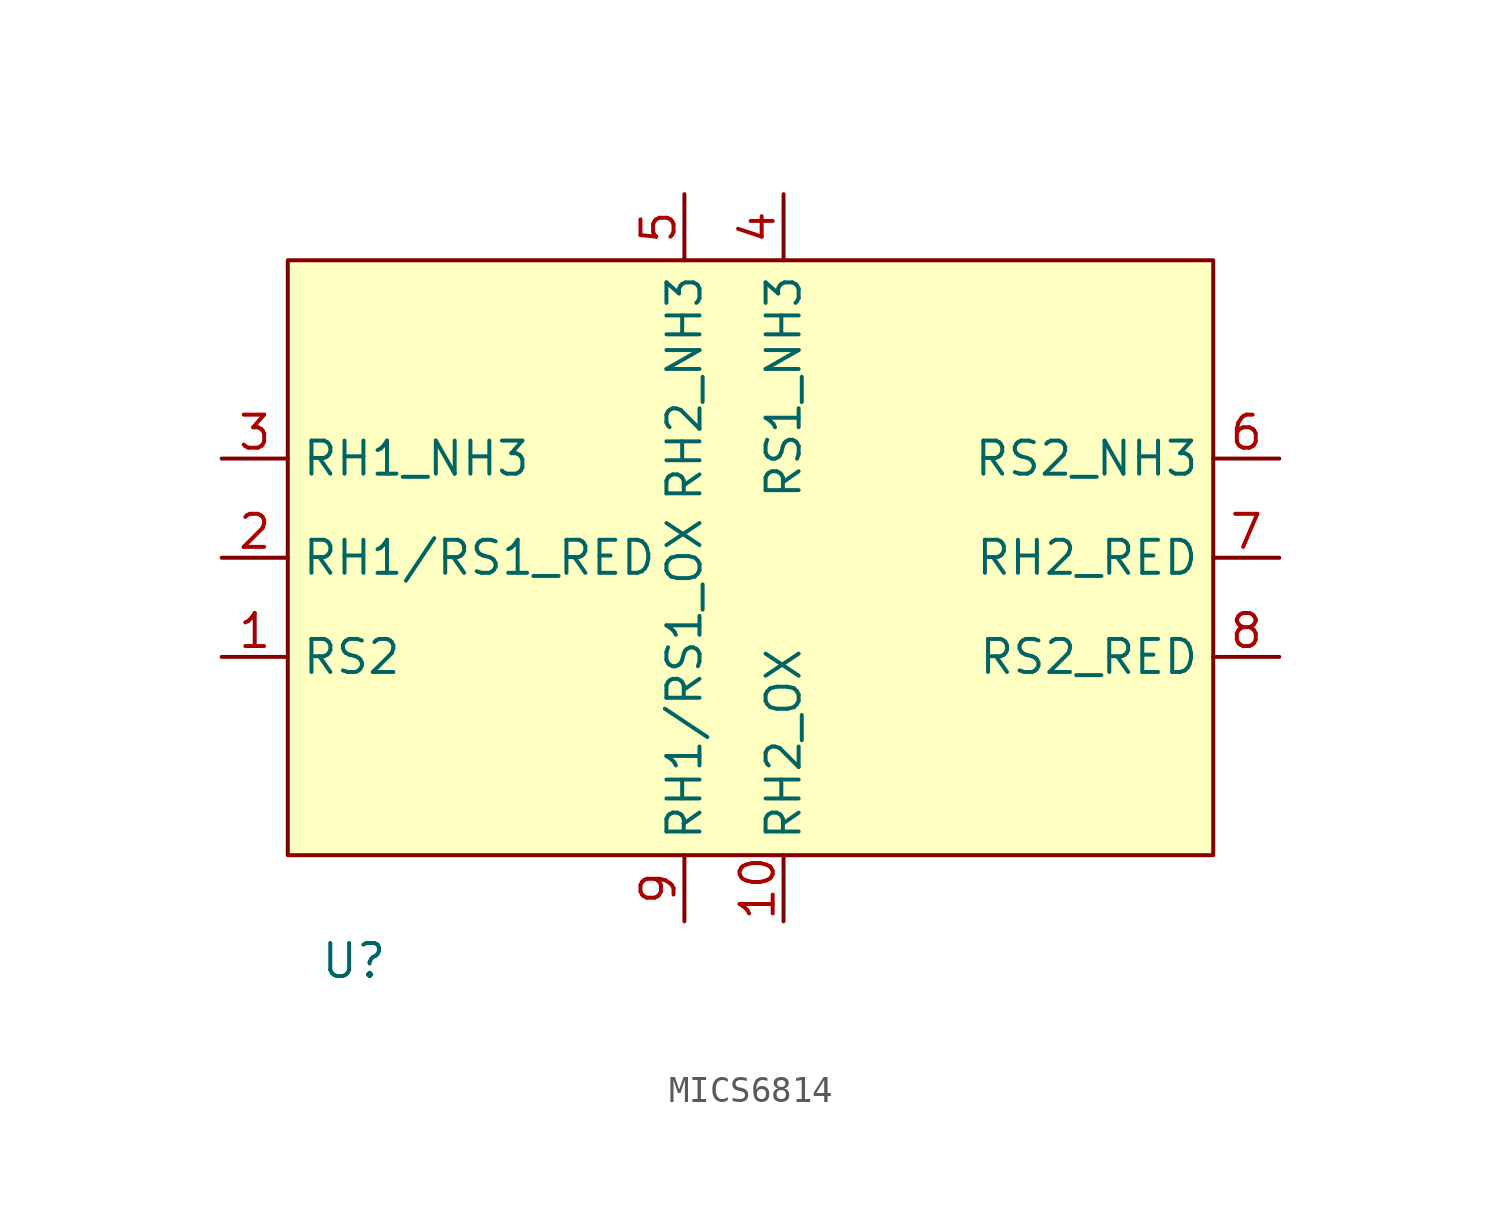
<source format=kicad_sym>
(kicad_symbol_lib
  (version 20231120)
  (generator "kicad_symbol_editor")
  (generator_version "8.0")
  (symbol "MICS6814"
    (property "Reference" "U"
      (at -15.24 -15.494 0)
      (effects (font (size 1.27 1.27))))
    (property "Value" ""
      (at 0 0 0)
      (effects (font (size 1.27 1.27))))
    (symbol "MICS6814_1_1"
      (rectangle (start -17.78 11.43) (end 17.78 -11.43) (stroke (width 0) (type default)) (fill (type background)))
      (pin input line (at -20.32 -3.81 0) (length 2.54) (name "RS2" (effects (font (size 1.27 1.27)))) (number "1" (effects (font (size 1.27 1.27)))))
      (pin input line (at 1.27 -13.97 90) (length 2.54) (name "RH2_OX" (effects (font (size 1.27 1.27)))) (number "10" (effects (font (size 1.27 1.27)))))
      (pin input line (at -20.32 0 0) (length 2.54) (name "RH1/RS1_RED" (effects (font (size 1.27 1.27)))) (number "2" (effects (font (size 1.27 1.27)))))
      (pin input line (at -20.32 3.81 0) (length 2.54) (name "RH1_NH3" (effects (font (size 1.27 1.27)))) (number "3" (effects (font (size 1.27 1.27)))))
      (pin input line (at 1.27 13.97 270) (length 2.54) (name "RS1_NH3" (effects (font (size 1.27 1.27)))) (number "4" (effects (font (size 1.27 1.27)))))
      (pin input line (at -2.54 13.97 270) (length 2.54) (name "RH2_NH3" (effects (font (size 1.27 1.27)))) (number "5" (effects (font (size 1.27 1.27)))))
      (pin input line (at 20.32 3.81 180) (length 2.54) (name "RS2_NH3" (effects (font (size 1.27 1.27)))) (number "6" (effects (font (size 1.27 1.27)))))
      (pin input line (at 20.32 0 180) (length 2.54) (name "RH2_RED" (effects (font (size 1.27 1.27)))) (number "7" (effects (font (size 1.27 1.27)))))
      (pin input line (at 20.32 -3.81 180) (length 2.54) (name "RS2_RED" (effects (font (size 1.27 1.27)))) (number "8" (effects (font (size 1.27 1.27)))))
      (pin input line (at -2.54 -13.97 90) (length 2.54) (name "RH1/RS1_OX" (effects (font (size 1.27 1.27)))) (number "9" (effects (font (size 1.27 1.27))))))))
</source>
